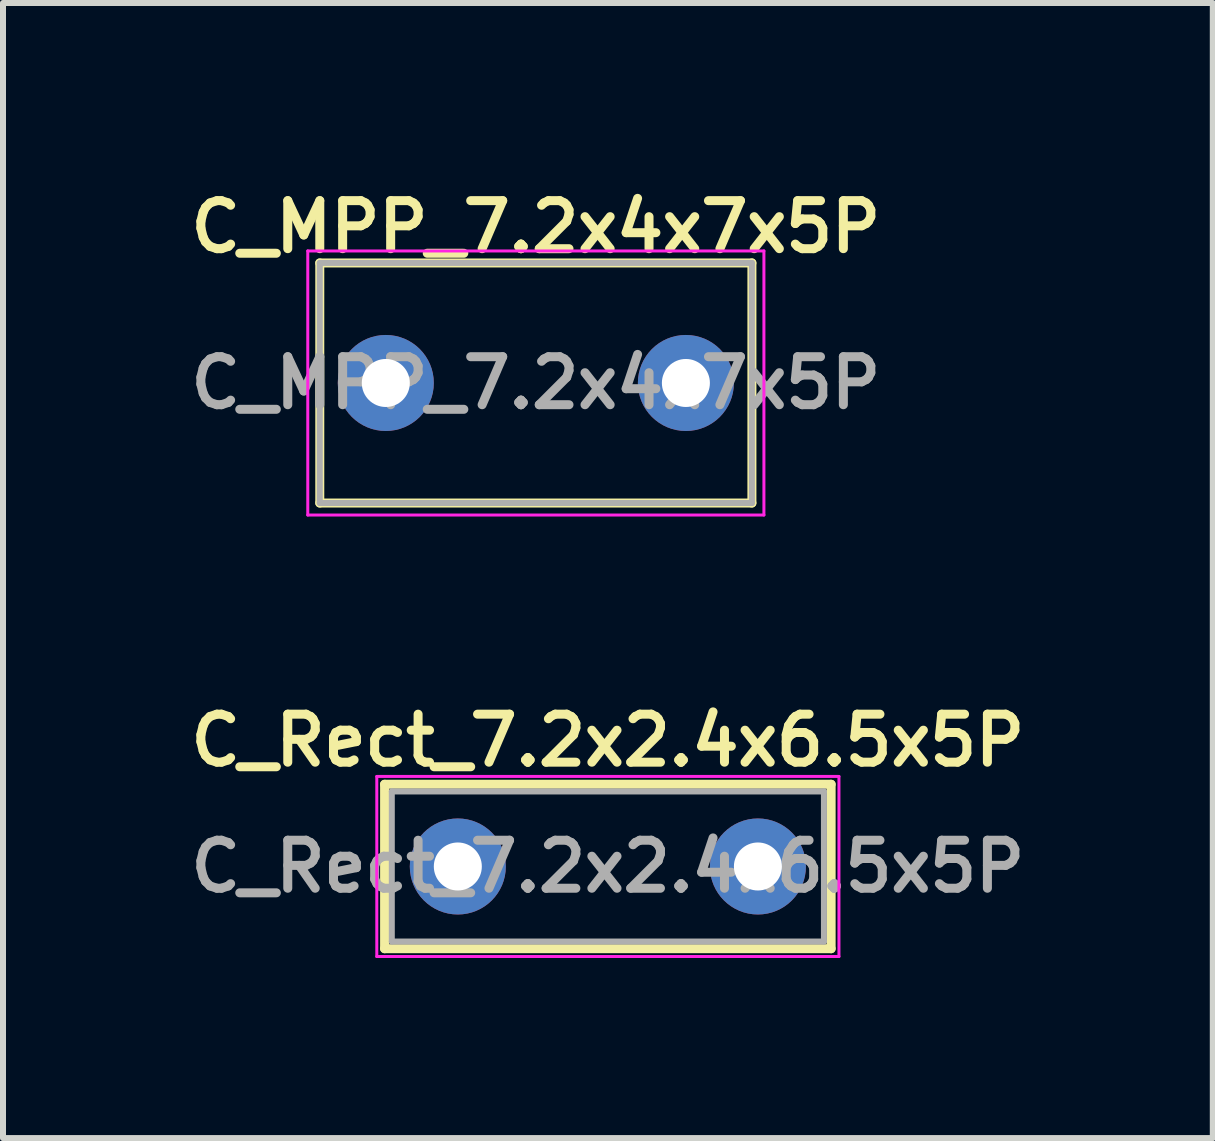
<source format=kicad_pcb>
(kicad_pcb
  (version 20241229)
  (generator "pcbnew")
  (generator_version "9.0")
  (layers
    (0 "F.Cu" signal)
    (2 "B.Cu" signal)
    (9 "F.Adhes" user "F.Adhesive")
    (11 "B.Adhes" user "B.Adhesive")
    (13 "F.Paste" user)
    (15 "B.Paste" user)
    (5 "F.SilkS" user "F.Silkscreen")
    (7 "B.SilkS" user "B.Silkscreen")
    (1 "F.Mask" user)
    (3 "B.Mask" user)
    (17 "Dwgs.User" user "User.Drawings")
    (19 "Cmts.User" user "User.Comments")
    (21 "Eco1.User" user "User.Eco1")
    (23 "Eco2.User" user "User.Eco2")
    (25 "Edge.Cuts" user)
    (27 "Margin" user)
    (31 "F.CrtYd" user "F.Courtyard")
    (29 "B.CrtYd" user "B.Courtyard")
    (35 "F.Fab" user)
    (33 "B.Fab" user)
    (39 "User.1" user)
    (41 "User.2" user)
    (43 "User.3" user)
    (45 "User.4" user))
  (footprint "C_Rect_7.2x2.4x6.5x5P"
    (layer "F.Cu")
    (at 4.578 11.387)
    (property "Reference" "C_Rect_7.2x2.4x6.5x5P" (at 2.5 -2.1 0) (layer "F.SilkS") (effects (font (size 0.8 0.8) (thickness 0.15))))
    (attr through_hole)
    (fp_line (start -1.22 -1.37) (end -1.22 1.37) (stroke (width 0.15) (type solid)) (layer "F.SilkS"))
    (fp_line (start -1.22 -1.37) (end 6.22 -1.37) (stroke (width 0.15) (type solid)) (layer "F.SilkS"))
    (fp_line (start -1.22 1.37) (end 6.22 1.37) (stroke (width 0.15) (type solid)) (layer "F.SilkS"))
    (fp_line (start 6.22 -1.37) (end 6.22 1.37) (stroke (width 0.15) (type solid)) (layer "F.SilkS"))
    (fp_line (start -1.35 -1.5) (end -1.35 1.5) (stroke (width 0.05) (type solid)) (layer "F.CrtYd"))
    (fp_line (start -1.35 1.5) (end 6.35 1.5) (stroke (width 0.05) (type solid)) (layer "F.CrtYd"))
    (fp_line (start 6.35 -1.5) (end -1.35 -1.5) (stroke (width 0.05) (type solid)) (layer "F.CrtYd"))
    (fp_line (start 6.35 1.5) (end 6.35 -1.5) (stroke (width 0.05) (type solid)) (layer "F.CrtYd"))
    (fp_line (start -1.1 -1.25) (end -1.1 1.25) (stroke (width 0.1) (type solid)) (layer "F.Fab"))
    (fp_line (start -1.1 1.25) (end 6.1 1.25) (stroke (width 0.1) (type solid)) (layer "F.Fab"))
    (fp_line (start 6.1 -1.25) (end -1.1 -1.25) (stroke (width 0.1) (type solid)) (layer "F.Fab"))
    (fp_line (start 6.1 1.25) (end 6.1 -1.25) (stroke (width 0.1) (type solid)) (layer "F.Fab"))
    (fp_text user "${REFERENCE}" (at 2.5 0 0) (layer "F.Fab") (effects (font (size 0.8 0.8) (thickness 0.15))))
    (pad "1" thru_hole circle (at 0 0) (size 1.6 1.6) (drill 0.8) (layers "*.Cu" "*.Mask"))
    (pad "2" thru_hole circle (at 5 0) (size 1.6 1.6) (drill 0.8) (layers "*.Cu" "*.Mask")))
  (footprint "C_MPP_7.2x4x7x5P"
    (layer "F.Cu")
    (at 3.378 3.331)
    (property "Reference" "C_MPP_7.2x4x7x5P" (at 2.5 -2.6 0) (layer "F.SilkS") (effects (font (size 0.8 0.8) (thickness 0.15))))
    (attr through_hole)
    (fp_line (start -1.1 -2) (end -1.1 2) (stroke (width 0.15) (type solid)) (layer "F.SilkS"))
    (fp_line (start -1.1 -2) (end 6.1 -2) (stroke (width 0.15) (type solid)) (layer "F.SilkS"))
    (fp_line (start 6.1 -2) (end 6.1 2) (stroke (width 0.15) (type solid)) (layer "F.SilkS"))
    (fp_line (start 6.1 2) (end -1.1 2) (stroke (width 0.15) (type solid)) (layer "F.SilkS"))
    (fp_line (start -1.3 -2.2) (end 6.3 -2.2) (stroke (width 0.05) (type solid)) (layer "F.CrtYd"))
    (fp_line (start -1.3 2.2) (end -1.3 -2.2) (stroke (width 0.05) (type solid)) (layer "F.CrtYd"))
    (fp_line (start 6.3 -2.2) (end 6.3 2.2) (stroke (width 0.05) (type solid)) (layer "F.CrtYd"))
    (fp_line (start 6.3 2.2) (end -1.3 2.2) (stroke (width 0.05) (type solid)) (layer "F.CrtYd"))
    (fp_line (start -1.1 -2) (end -1.1 2) (stroke (width 0.1) (type solid)) (layer "F.Fab"))
    (fp_line (start -1.1 2) (end 6.1 2) (stroke (width 0.1) (type solid)) (layer "F.Fab"))
    (fp_line (start 6.1 -2) (end -1.1 -2) (stroke (width 0.1) (type solid)) (layer "F.Fab"))
    (fp_line (start 6.1 2) (end 6.1 -2) (stroke (width 0.1) (type solid)) (layer "F.Fab"))
    (fp_text user "${REFERENCE}" (at 2.5 0 0) (layer "F.Fab") (effects (font (size 0.8 0.8) (thickness 0.15))))
    (pad "1" thru_hole circle (at 0 0) (size 1.6 1.6) (drill 0.8) (layers "*.Cu" "*.Mask"))
    (pad "2" thru_hole circle (at 5 0) (size 1.6 1.6) (drill 0.8) (layers "*.Cu" "*.Mask")))
  (gr_rect
    (start -3 -3)
    (end 17.157 15.912)
    (stroke (width 0.1) (type default))
    (fill no)
    (layer "Edge.Cuts")))
</source>
